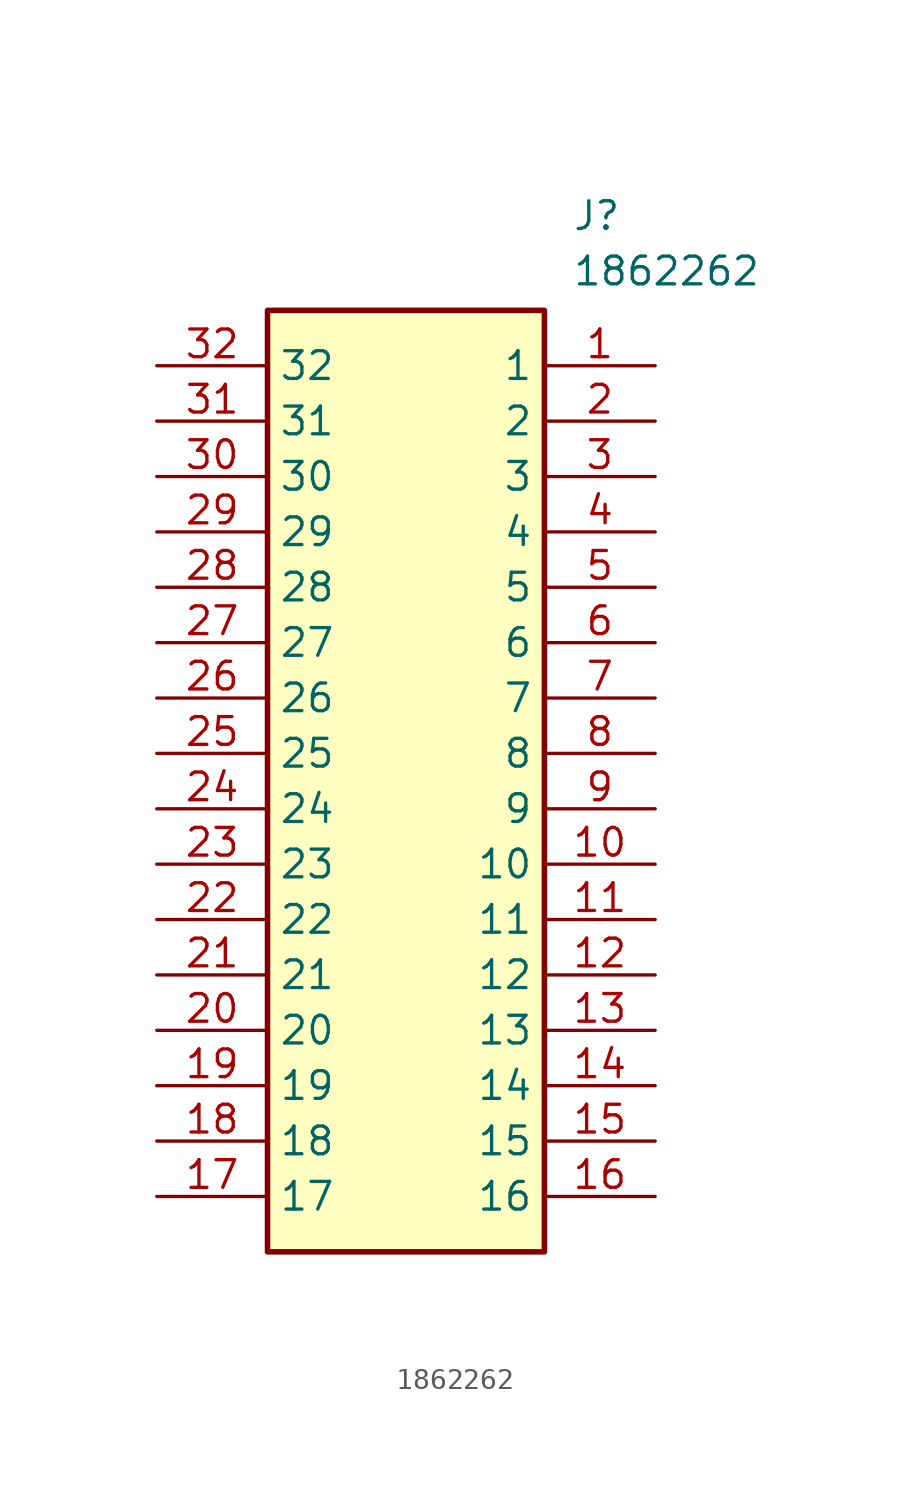
<source format=kicad_sym>
(kicad_symbol_lib
  (version 20211014)
  (generator SamacSys_ECAD_Model)
  (symbol "1862262"
    (property "Reference" "J"
      (at 19.05 7.62 0)
      (effects (font (size 1.27 1.27)) (justify left top)))
    (property "Value" "1862262"
      (at 19.05 5.08 0)
      (effects (font (size 1.27 1.27)) (justify left top)))
    (rectangle
      (start 5.08 2.54)
      (end 17.78 -40.64)
      (stroke (width 0.254) (type default))
      (fill (type background)))
    (pin passive line
      (at 22.86 0 180)
      (length 5.08)
      (name "1" (effects (font (size 1.27 1.27))))
      (number "1" (effects (font (size 1.27 1.27)))))
    (pin passive line
      (at 22.86 -2.54 180)
      (length 5.08)
      (name "2" (effects (font (size 1.27 1.27))))
      (number "2" (effects (font (size 1.27 1.27)))))
    (pin passive line
      (at 22.86 -5.08 180)
      (length 5.08)
      (name "3" (effects (font (size 1.27 1.27))))
      (number "3" (effects (font (size 1.27 1.27)))))
    (pin passive line
      (at 22.86 -7.62 180)
      (length 5.08)
      (name "4" (effects (font (size 1.27 1.27))))
      (number "4" (effects (font (size 1.27 1.27)))))
    (pin passive line
      (at 22.86 -10.16 180)
      (length 5.08)
      (name "5" (effects (font (size 1.27 1.27))))
      (number "5" (effects (font (size 1.27 1.27)))))
    (pin passive line
      (at 22.86 -12.7 180)
      (length 5.08)
      (name "6" (effects (font (size 1.27 1.27))))
      (number "6" (effects (font (size 1.27 1.27)))))
    (pin passive line
      (at 22.86 -15.24 180)
      (length 5.08)
      (name "7" (effects (font (size 1.27 1.27))))
      (number "7" (effects (font (size 1.27 1.27)))))
    (pin passive line
      (at 22.86 -17.78 180)
      (length 5.08)
      (name "8" (effects (font (size 1.27 1.27))))
      (number "8" (effects (font (size 1.27 1.27)))))
    (pin passive line
      (at 22.86 -20.32 180)
      (length 5.08)
      (name "9" (effects (font (size 1.27 1.27))))
      (number "9" (effects (font (size 1.27 1.27)))))
    (pin passive line
      (at 22.86 -22.86 180)
      (length 5.08)
      (name "10" (effects (font (size 1.27 1.27))))
      (number "10" (effects (font (size 1.27 1.27)))))
    (pin passive line
      (at 22.86 -25.4 180)
      (length 5.08)
      (name "11" (effects (font (size 1.27 1.27))))
      (number "11" (effects (font (size 1.27 1.27)))))
    (pin passive line
      (at 22.86 -27.94 180)
      (length 5.08)
      (name "12" (effects (font (size 1.27 1.27))))
      (number "12" (effects (font (size 1.27 1.27)))))
    (pin passive line
      (at 22.86 -30.48 180)
      (length 5.08)
      (name "13" (effects (font (size 1.27 1.27))))
      (number "13" (effects (font (size 1.27 1.27)))))
    (pin passive line
      (at 22.86 -33.02 180)
      (length 5.08)
      (name "14" (effects (font (size 1.27 1.27))))
      (number "14" (effects (font (size 1.27 1.27)))))
    (pin passive line
      (at 22.86 -35.56 180)
      (length 5.08)
      (name "15" (effects (font (size 1.27 1.27))))
      (number "15" (effects (font (size 1.27 1.27)))))
    (pin passive line
      (at 22.86 -38.1 180)
      (length 5.08)
      (name "16" (effects (font (size 1.27 1.27))))
      (number "16" (effects (font (size 1.27 1.27)))))
    (pin passive line
      (at 0 -38.1 0)
      (length 5.08)
      (name "17" (effects (font (size 1.27 1.27))))
      (number "17" (effects (font (size 1.27 1.27)))))
    (pin passive line
      (at 0 -35.56 0)
      (length 5.08)
      (name "18" (effects (font (size 1.27 1.27))))
      (number "18" (effects (font (size 1.27 1.27)))))
    (pin passive line
      (at 0 -33.02 0)
      (length 5.08)
      (name "19" (effects (font (size 1.27 1.27))))
      (number "19" (effects (font (size 1.27 1.27)))))
    (pin passive line
      (at 0 -30.48 0)
      (length 5.08)
      (name "20" (effects (font (size 1.27 1.27))))
      (number "20" (effects (font (size 1.27 1.27)))))
    (pin passive line
      (at 0 -27.94 0)
      (length 5.08)
      (name "21" (effects (font (size 1.27 1.27))))
      (number "21" (effects (font (size 1.27 1.27)))))
    (pin passive line
      (at 0 -25.4 0)
      (length 5.08)
      (name "22" (effects (font (size 1.27 1.27))))
      (number "22" (effects (font (size 1.27 1.27)))))
    (pin passive line
      (at 0 -22.86 0)
      (length 5.08)
      (name "23" (effects (font (size 1.27 1.27))))
      (number "23" (effects (font (size 1.27 1.27)))))
    (pin passive line
      (at 0 -20.32 0)
      (length 5.08)
      (name "24" (effects (font (size 1.27 1.27))))
      (number "24" (effects (font (size 1.27 1.27)))))
    (pin passive line
      (at 0 -17.78 0)
      (length 5.08)
      (name "25" (effects (font (size 1.27 1.27))))
      (number "25" (effects (font (size 1.27 1.27)))))
    (pin passive line
      (at 0 -15.24 0)
      (length 5.08)
      (name "26" (effects (font (size 1.27 1.27))))
      (number "26" (effects (font (size 1.27 1.27)))))
    (pin passive line
      (at 0 -12.7 0)
      (length 5.08)
      (name "27" (effects (font (size 1.27 1.27))))
      (number "27" (effects (font (size 1.27 1.27)))))
    (pin passive line
      (at 0 -10.16 0)
      (length 5.08)
      (name "28" (effects (font (size 1.27 1.27))))
      (number "28" (effects (font (size 1.27 1.27)))))
    (pin passive line
      (at 0 -7.62 0)
      (length 5.08)
      (name "29" (effects (font (size 1.27 1.27))))
      (number "29" (effects (font (size 1.27 1.27)))))
    (pin passive line
      (at 0 -5.08 0)
      (length 5.08)
      (name "30" (effects (font (size 1.27 1.27))))
      (number "30" (effects (font (size 1.27 1.27)))))
    (pin passive line
      (at 0 -2.54 0)
      (length 5.08)
      (name "31" (effects (font (size 1.27 1.27))))
      (number "31" (effects (font (size 1.27 1.27)))))
    (pin passive line
      (at 0 0 0)
      (length 5.08)
      (name "32" (effects (font (size 1.27 1.27))))
      (number "32" (effects (font (size 1.27 1.27)))))))
</source>
